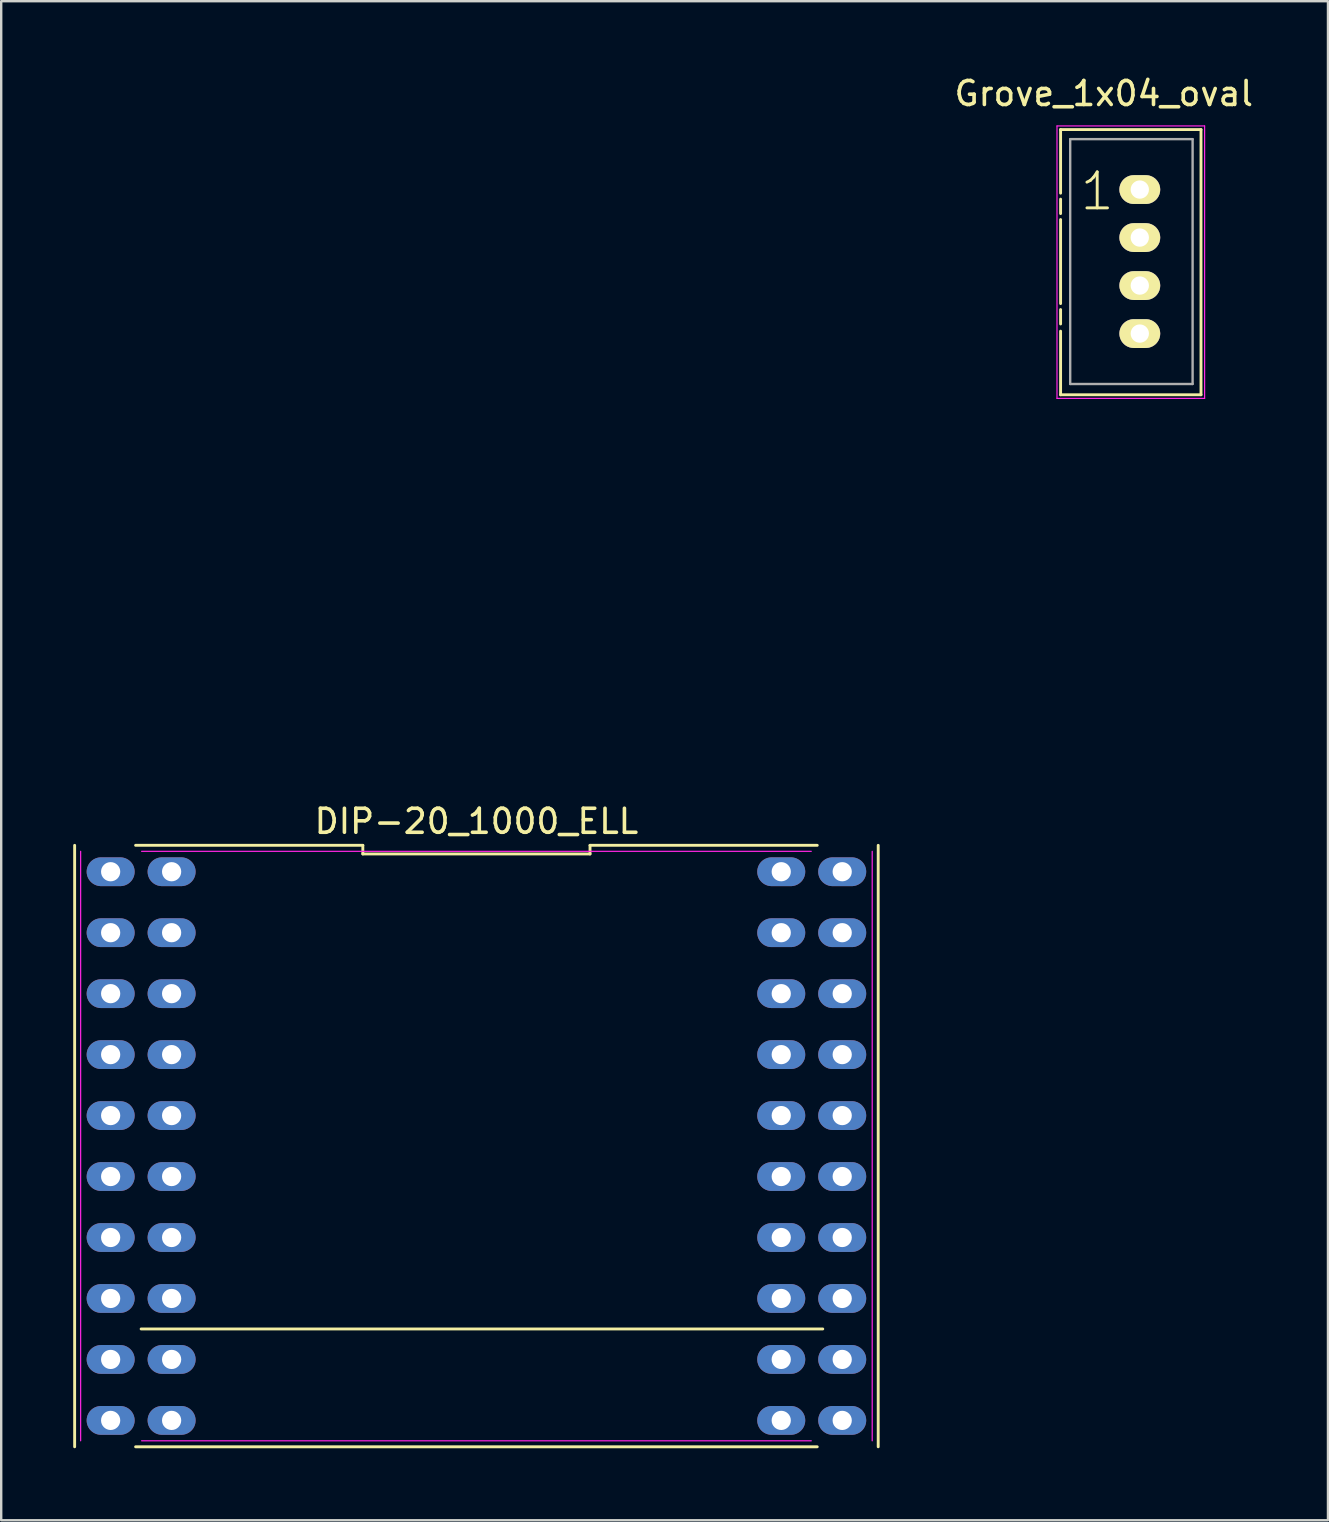
<source format=kicad_pcb>
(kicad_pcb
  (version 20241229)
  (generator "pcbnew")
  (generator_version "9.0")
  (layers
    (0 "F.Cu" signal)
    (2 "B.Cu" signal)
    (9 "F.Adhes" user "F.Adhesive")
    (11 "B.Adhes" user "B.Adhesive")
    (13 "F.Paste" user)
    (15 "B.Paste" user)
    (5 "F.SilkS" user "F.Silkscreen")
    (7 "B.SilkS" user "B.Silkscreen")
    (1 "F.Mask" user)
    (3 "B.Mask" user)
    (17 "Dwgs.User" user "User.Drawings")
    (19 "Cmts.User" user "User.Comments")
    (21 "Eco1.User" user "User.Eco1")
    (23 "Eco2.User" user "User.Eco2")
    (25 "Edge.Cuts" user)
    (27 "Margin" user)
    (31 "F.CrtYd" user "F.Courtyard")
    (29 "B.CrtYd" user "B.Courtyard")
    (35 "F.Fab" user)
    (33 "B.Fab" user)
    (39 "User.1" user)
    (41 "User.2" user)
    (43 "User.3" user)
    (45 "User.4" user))
  (footprint "Grove_1x04_oval"
    (layer "F.Cu")
    (at 44.439 4.848)
    (property "Reference" "Grove_1x04_oval" (at -1.5 -4 0) (layer "F.SilkS") (effects (font (size 1 1) (thickness 0.15))))
    (attr through_hole)
    (fp_line (start -3.3 -2.5) (end -3.3 0.15) (stroke (width 0.12) (type solid)) (layer "F.SilkS"))
    (fp_line (start -3.3 -2.5) (end 2.55 -2.5) (stroke (width 0.12) (type solid)) (layer "F.SilkS"))
    (fp_line (start -3.3 0.4) (end -3.3 1) (stroke (width 0.12) (type solid)) (layer "F.SilkS"))
    (fp_line (start -3.3 1.25) (end -3.3 4.75) (stroke (width 0.12) (type solid)) (layer "F.SilkS"))
    (fp_line (start -3.3 5) (end -3.3 5.6) (stroke (width 0.12) (type solid)) (layer "F.SilkS"))
    (fp_line (start -3.3 5.9) (end -3.3 8.55) (stroke (width 0.12) (type solid)) (layer "F.SilkS"))
    (fp_line (start -3.3 8.55) (end 2.55 8.55) (stroke (width 0.12) (type solid)) (layer "F.SilkS"))
    (fp_line (start 2.55 -2.5) (end 2.55 8.55) (stroke (width 0.12) (type solid)) (layer "F.SilkS"))
    (fp_line (start -3.45 -2.65) (end -3.45 8.7) (stroke (width 0.05) (type solid)) (layer "F.CrtYd"))
    (fp_line (start -3.45 -2.65) (end 2.7 -2.65) (stroke (width 0.05) (type solid)) (layer "F.CrtYd"))
    (fp_line (start -3.45 8.7) (end 2.7 8.7) (stroke (width 0.05) (type solid)) (layer "F.CrtYd"))
    (fp_line (start 2.7 8.7) (end 2.7 -2.65) (stroke (width 0.05) (type solid)) (layer "F.CrtYd"))
    (fp_line (start -2.9 -2.1) (end 2.2 -2.1) (stroke (width 0.1) (type solid)) (layer "F.Fab"))
    (fp_line (start -2.9 8.1) (end -2.9 -2.1) (stroke (width 0.1) (type solid)) (layer "F.Fab"))
    (fp_line (start 2.2 -2.1) (end 2.2 8.1) (stroke (width 0.1) (type solid)) (layer "F.Fab"))
    (fp_line (start 2.2 8.1) (end -2.9 8.1) (stroke (width 0.1) (type solid)) (layer "F.Fab"))
    (fp_text user "1" (at -1.775 0.075 0) (layer "F.SilkS") (effects (font (size 1.5 1.5) (thickness 0.12))))
    (pad "1" thru_hole oval (at 0 0) (size 1.7 1.2) (drill 0.762) (layers "*.Cu" "*.Mask" "F.SilkS"))
    (pad "2" thru_hole oval (at 0 2) (size 1.7 1.2) (drill 0.762) (layers "*.Cu" "*.Mask" "F.SilkS"))
    (pad "3" thru_hole oval (at 0 4) (size 1.7 1.2) (drill 0.762) (layers "*.Cu" "*.Mask" "F.SilkS"))
    (pad "4" thru_hole oval (at 0 6) (size 1.7 1.2) (drill 0.762) (layers "*.Cu" "*.Mask" "F.SilkS")))
  (footprint "DIP-20_1000_ELL"
    (layer "F.Cu")
    (at 15.53 0.25)
    (property "Reference" "DIP-20_1000_ELL" (at 1.27 30.92 0) (layer "F.SilkS") (effects (font (size 1 1) (thickness 0.15))))
    (attr through_hole)
    (fp_line (start -15.47 31.92) (end -15.47 56.98) (stroke (width 0.12) (type solid)) (layer "F.SilkS"))
    (fp_line (start -12.93 56.98) (end 15.47 56.98) (stroke (width 0.12) (type solid)) (layer "F.SilkS"))
    (fp_line (start -12.7 52.07) (end 15.7 52.07) (stroke (width 0.12) (type solid)) (layer "F.SilkS"))
    (fp_line (start -3.463 31.92) (end -12.93 31.92) (stroke (width 0.12) (type solid)) (layer "F.SilkS"))
    (fp_line (start -3.463 32.28) (end -3.463 31.92) (stroke (width 0.12) (type solid)) (layer "F.SilkS"))
    (fp_line (start 6.003 31.92) (end 6.003 32.28) (stroke (width 0.12) (type solid)) (layer "F.SilkS"))
    (fp_line (start 6.003 32.28) (end -3.463 32.28) (stroke (width 0.12) (type solid)) (layer "F.SilkS"))
    (fp_line (start 15.47 31.92) (end 6.003 31.92) (stroke (width 0.12) (type solid)) (layer "F.SilkS"))
    (fp_line (start 18.01 56.98) (end 18.01 31.92) (stroke (width 0.12) (type solid)) (layer "F.SilkS"))
    (fp_line (start -15.22 56.73) (end -15.22 32.17) (stroke (width 0.05) (type solid)) (layer "F.CrtYd"))
    (fp_line (start -12.68 32.17) (end 15.22 32.17) (stroke (width 0.05) (type solid)) (layer "F.CrtYd"))
    (fp_line (start 15.22 56.73) (end -12.68 56.73) (stroke (width 0.05) (type solid)) (layer "F.CrtYd"))
    (fp_line (start 17.76 32.17) (end 17.76 56.73) (stroke (width 0.05) (type solid)) (layer "F.CrtYd"))
    (pad "1" thru_hole oval (at -11.43 33.02 270) (size 1.2 2) (drill 0.8) (layers "*.Cu" "*.Mask"))
    (pad "2" thru_hole oval (at -11.43 35.56 270) (size 1.2 2) (drill 0.8) (layers "*.Cu" "*.Mask"))
    (pad "3" thru_hole oval (at -11.43 38.1 270) (size 1.2 2) (drill 0.8) (layers "*.Cu" "*.Mask"))
    (pad "4" thru_hole oval (at -11.43 40.64 270) (size 1.2 2) (drill 0.8) (layers "*.Cu" "*.Mask"))
    (pad "5" thru_hole oval (at -11.43 43.18 270) (size 1.2 2) (drill 0.8) (layers "*.Cu" "*.Mask"))
    (pad "6" thru_hole oval (at -11.43 45.72 270) (size 1.2 2) (drill 0.8) (layers "*.Cu" "*.Mask"))
    (pad "7" thru_hole oval (at -11.43 48.26 270) (size 1.2 2) (drill 0.8) (layers "*.Cu" "*.Mask"))
    (pad "8" thru_hole oval (at -11.43 50.8 270) (size 1.2 2) (drill 0.8) (layers "*.Cu" "*.Mask"))
    (pad "9" thru_hole oval (at -11.43 53.34 270) (size 1.2 2) (drill 0.8) (layers "*.Cu" "*.Mask"))
    (pad "10" thru_hole oval (at -11.43 55.88 270) (size 1.2 2) (drill 0.8) (layers "*.Cu" "*.Mask"))
    (pad "11" thru_hole oval (at 13.97 55.88 270) (size 1.2 2) (drill 0.8) (layers "*.Cu" "*.Mask"))
    (pad "12" thru_hole oval (at 13.97 53.34 270) (size 1.2 2) (drill 0.8) (layers "*.Cu" "*.Mask"))
    (pad "13" thru_hole oval (at 13.97 50.8 270) (size 1.2 2) (drill 0.8) (layers "*.Cu" "*.Mask"))
    (pad "14" thru_hole oval (at 13.97 48.26 270) (size 1.2 2) (drill 0.8) (layers "*.Cu" "*.Mask"))
    (pad "15" thru_hole oval (at 13.97 45.72 270) (size 1.2 2) (drill 0.8) (layers "*.Cu" "*.Mask"))
    (pad "16" thru_hole oval (at 13.97 43.18 270) (size 1.2 2) (drill 0.8) (layers "*.Cu" "*.Mask"))
    (pad "17" thru_hole oval (at 13.97 40.64 270) (size 1.2 2) (drill 0.8) (layers "*.Cu" "*.Mask"))
    (pad "18" thru_hole oval (at 13.97 38.1 270) (size 1.2 2) (drill 0.8) (layers "*.Cu" "*.Mask"))
    (pad "19" thru_hole oval (at 13.97 35.56 270) (size 1.2 2) (drill 0.8) (layers "*.Cu" "*.Mask"))
    (pad "20" thru_hole oval (at 13.97 33.02 270) (size 1.2 2) (drill 0.8) (layers "*.Cu" "*.Mask"))
    (pad "21" thru_hole oval (at -13.97 33.02 270) (size 1.2 2) (drill 0.8) (layers "*.Cu" "*.Mask"))
    (pad "22" thru_hole oval (at -13.97 35.56 270) (size 1.2 2) (drill 0.8) (layers "*.Cu" "*.Mask"))
    (pad "23" thru_hole oval (at -13.97 38.1 270) (size 1.2 2) (drill 0.8) (layers "*.Cu" "*.Mask"))
    (pad "24" thru_hole oval (at -13.97 40.64 270) (size 1.2 2) (drill 0.8) (layers "*.Cu" "*.Mask"))
    (pad "25" thru_hole oval (at -13.97 43.18 270) (size 1.2 2) (drill 0.8) (layers "*.Cu" "*.Mask"))
    (pad "26" thru_hole oval (at -13.97 45.72 270) (size 1.2 2) (drill 0.8) (layers "*.Cu" "*.Mask"))
    (pad "27" thru_hole oval (at -13.97 48.26 270) (size 1.2 2) (drill 0.8) (layers "*.Cu" "*.Mask"))
    (pad "28" thru_hole oval (at -13.97 50.8 270) (size 1.2 2) (drill 0.8) (layers "*.Cu" "*.Mask"))
    (pad "29" thru_hole oval (at -13.97 53.34 270) (size 1.2 2) (drill 0.8) (layers "*.Cu" "*.Mask"))
    (pad "30" thru_hole oval (at -13.97 55.88 270) (size 1.2 2) (drill 0.8) (layers "*.Cu" "*.Mask"))
    (pad "31" thru_hole oval (at 16.51 55.88 90) (size 1.2 2) (drill 0.8) (layers "*.Cu" "*.Mask"))
    (pad "32" thru_hole oval (at 16.51 53.34 90) (size 1.2 2) (drill 0.8) (layers "*.Cu" "*.Mask"))
    (pad "33" thru_hole oval (at 16.51 50.8 90) (size 1.2 2) (drill 0.8) (layers "*.Cu" "*.Mask"))
    (pad "34" thru_hole oval (at 16.51 48.26 90) (size 1.2 2) (drill 0.8) (layers "*.Cu" "*.Mask"))
    (pad "35" thru_hole oval (at 16.51 45.72 90) (size 1.2 2) (drill 0.8) (layers "*.Cu" "*.Mask"))
    (pad "36" thru_hole oval (at 16.51 43.18 90) (size 1.2 2) (drill 0.8) (layers "*.Cu" "*.Mask"))
    (pad "37" thru_hole oval (at 16.51 40.64 90) (size 1.2 2) (drill 0.8) (layers "*.Cu" "*.Mask"))
    (pad "38" thru_hole oval (at 16.51 38.1 90) (size 1.2 2) (drill 0.8) (layers "*.Cu" "*.Mask"))
    (pad "39" thru_hole oval (at 16.51 35.56 90) (size 1.2 2) (drill 0.8) (layers "*.Cu" "*.Mask"))
    (pad "40" thru_hole oval (at 16.51 33.02 90) (size 1.2 2) (drill 0.8) (layers "*.Cu" "*.Mask")))
  (gr_rect
    (start -3 -3)
    (end 52.279 60.29)
    (stroke (width 0.1) (type default))
    (fill no)
    (layer "Edge.Cuts")))
</source>
